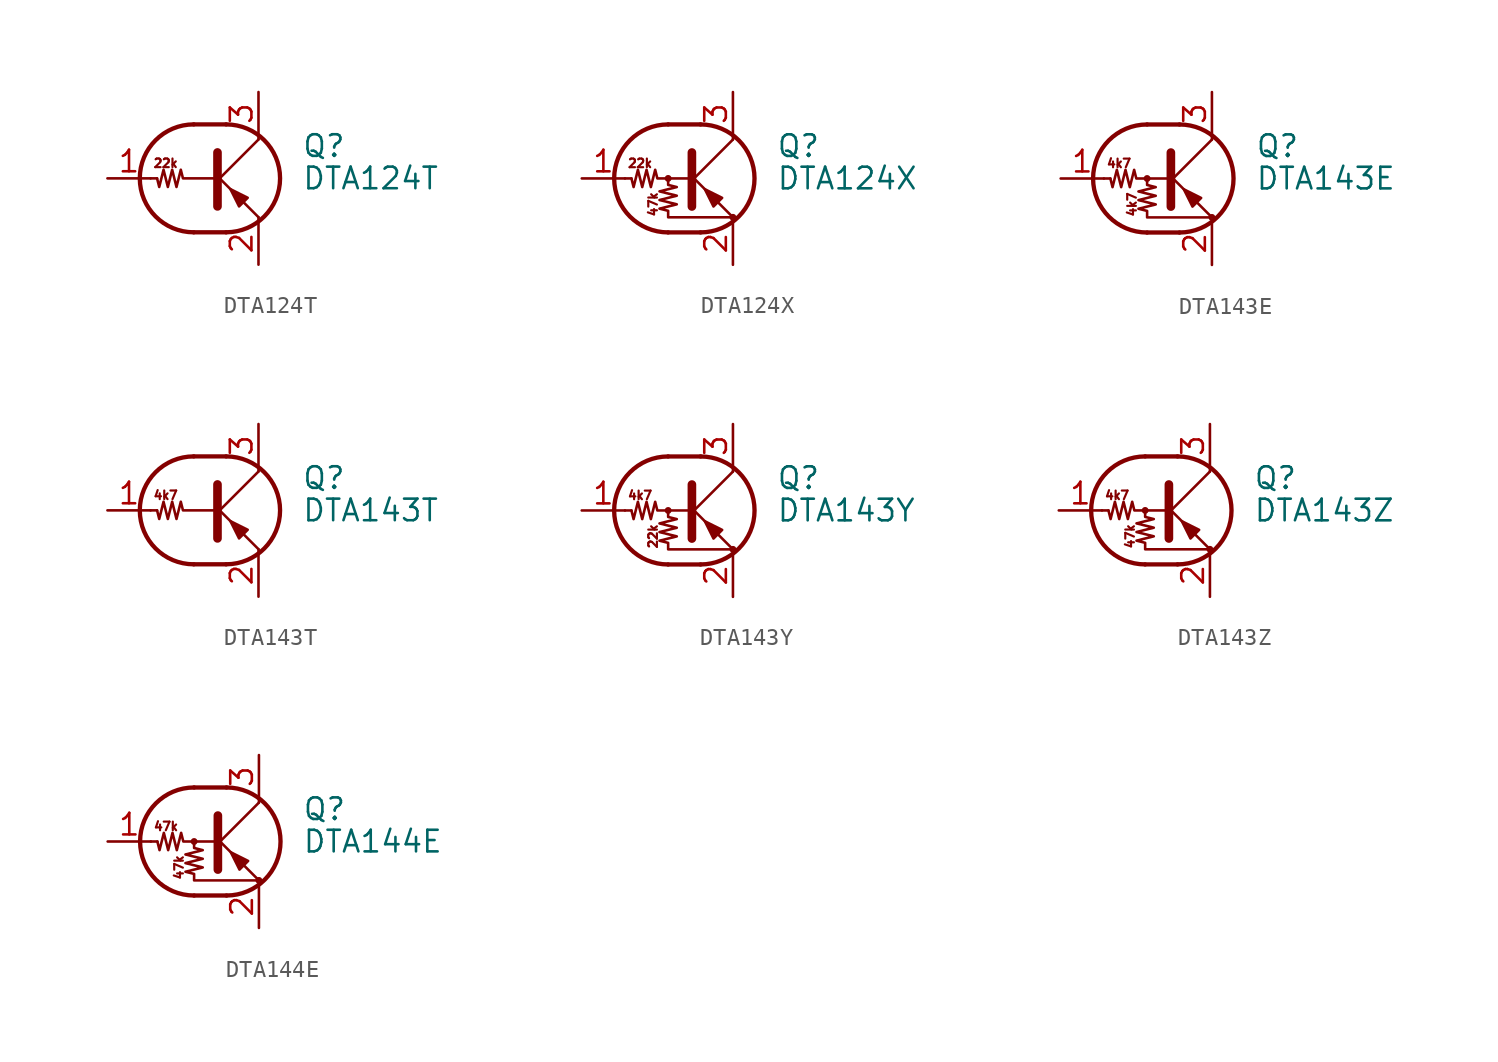
<source format=kicad_sym>
(kicad_symbol_lib
  (version 20201005)
  (generator kicad_symbol_editor)
  (symbol "DTA124T"
    (pin_names
      (offset 0) hide)
    (property "Reference" "Q"
      (at 5.08 1.905 0)
      (effects (font (size 1.27 1.27)) (justify left)))
    (property "Value" "DTA124T"
      (at 5.08 0 0)
      (effects (font (size 1.27 1.27)) (justify left)))
    (symbol "DTA124T_0_0"
      (text "22k" (at -2.921 0.889 0) (effects (font (size 0.508 0.508))))
      (polyline (pts (xy 2.54 -2.286) (xy 2.54 -2.54)) (stroke (width 0)) (fill (type none))))
    (symbol "DTA124T_0_1"
      (arc (start -1.27 3.175) (end -1.27 -3.175) (radius (at -1.27 0) (length 3.175) (angles 90.1 -90.1)) (stroke (width 0.254)) (fill (type none)))
      (arc (start 0.635 -3.175) (end 0.635 3.175) (radius (at 0.635 0) (length 3.175) (angles -89.9 89.9)) (stroke (width 0.254)) (fill (type none)))
      (polyline (pts (xy -3.429 0) (xy -3.81 0)) (stroke (width 0)) (fill (type none)))
      (polyline (pts (xy -1.27 -3.175) (xy 0.635 -3.175)) (stroke (width 0.254)) (fill (type none)))
      (polyline (pts (xy -1.27 3.175) (xy 0.635 3.175)) (stroke (width 0.254)) (fill (type none)))
      (polyline (pts (xy 0 -0.254) (xy 2.54 2.286)) (stroke (width 0)) (fill (type none)))
      (polyline (pts (xy 0.127 1.524) (xy 0.127 -1.651)) (stroke (width 0.508)) (fill (type outline)))
      (polyline (pts (xy 2.54 2.286) (xy 2.54 2.54)) (stroke (width 0)) (fill (type none)))
      (polyline (pts (xy 2.54 -2.286) (xy 0 0.254) (xy 0 0.254)) (stroke (width 0)) (fill (type none)))
      (polyline (pts (xy 1.397 -1.651) (xy 1.905 -1.143) (xy 0.889 -0.635) (xy 1.397 -1.651)) (stroke (width 0)) (fill (type outline)))
      (polyline (pts (xy 0 0) (xy -1.905 0) (xy -2.032 0.508) (xy -2.286 -0.508) (xy -2.54 0.508) (xy -2.794 -0.508) (xy -3.048 0.508) (xy -3.302 -0.508) (xy -3.429 0)) (stroke (width 0)) (fill (type none))))
    (symbol "DTA124T_1_1"
      (pin input line (at -6.35 0 0) (length 2.54) (name "B" (effects (font (size 1.27 1.27)))) (number "1" (effects (font (size 1.27 1.27)))))
      (pin passive line (at 2.54 -5.08 90) (length 2.54) (name "E" (effects (font (size 1.27 1.27)))) (number "2" (effects (font (size 1.27 1.27)))))
      (pin passive line (at 2.54 5.08 270) (length 2.54) (name "C" (effects (font (size 1.27 1.27)))) (number "3" (effects (font (size 1.27 1.27)))))))
  (symbol "DTA124X"
    (pin_names
      (offset 0) hide)
    (property "Reference" "Q"
      (at 5.08 1.905 0)
      (effects (font (size 1.27 1.27)) (justify left)))
    (property "Value" "DTA124X"
      (at 5.08 0 0)
      (effects (font (size 1.27 1.27)) (justify left)))
    (symbol "DTA124X_0_0"
      (text "22k" (at -2.921 0.889 0) (effects (font (size 0.508 0.508))))
      (text "47k" (at -2.159 -1.524 900) (effects (font (size 0.508 0.508)))))
    (symbol "DTA124X_0_1"
      (arc (start -1.27 3.175) (end -1.27 -3.175) (radius (at -1.27 0) (length 3.175) (angles 90.1 -90.1)) (stroke (width 0.254)) (fill (type none)))
      (arc (start 0.635 -3.175) (end 0.635 3.175) (radius (at 0.635 0) (length 3.175) (angles -89.9 89.9)) (stroke (width 0.254)) (fill (type none)))
      (circle (center -1.27 0) (radius 0.127) (stroke (width 0)) (fill (type none)))
      (circle (center 2.54 -2.286) (radius 0.127) (stroke (width 0)) (fill (type none)))
      (polyline (pts (xy -3.429 0) (xy -3.81 0)) (stroke (width 0)) (fill (type none)))
      (polyline (pts (xy -1.27 -3.175) (xy 0.635 -3.175)) (stroke (width 0.254)) (fill (type none)))
      (polyline (pts (xy -1.27 3.175) (xy 0.635 3.175)) (stroke (width 0.254)) (fill (type none)))
      (polyline (pts (xy 0 -0.254) (xy 2.54 2.286)) (stroke (width 0)) (fill (type none)))
      (polyline (pts (xy 0.127 1.524) (xy 0.127 -1.651)) (stroke (width 0.508)) (fill (type outline)))
      (polyline (pts (xy 2.54 2.286) (xy 2.54 2.54)) (stroke (width 0)) (fill (type none)))
      (polyline (pts (xy 2.54 -2.286) (xy 0 0.254) (xy 0 0.254)) (stroke (width 0)) (fill (type none)))
      (polyline (pts (xy 1.397 -1.651) (xy 1.905 -1.143) (xy 0.889 -0.635) (xy 1.397 -1.651)) (stroke (width 0)) (fill (type outline)))
      (polyline (pts (xy 0 0) (xy -1.905 0) (xy -2.032 0.508) (xy -2.286 -0.508) (xy -2.54 0.508) (xy -2.794 -0.508) (xy -3.048 0.508) (xy -3.302 -0.508) (xy -3.429 0)) (stroke (width 0)) (fill (type none)))
      (polyline (pts (xy -1.27 0) (xy -1.27 -0.381) (xy -0.762 -0.508) (xy -1.778 -0.762) (xy -0.762 -1.016) (xy -1.778 -1.27) (xy -0.762 -1.524) (xy -1.778 -1.778) (xy -1.27 -1.905) (xy -1.27 -2.286) (xy 2.54 -2.286)) (stroke (width 0)) (fill (type none))))
    (symbol "DTA124X_1_1"
      (pin input line (at -6.35 0 0) (length 2.54) (name "B" (effects (font (size 1.27 1.27)))) (number "1" (effects (font (size 1.27 1.27)))))
      (pin passive line (at 2.54 -5.08 90) (length 2.54) (name "E" (effects (font (size 1.27 1.27)))) (number "2" (effects (font (size 1.27 1.27)))))
      (pin passive line (at 2.54 5.08 270) (length 2.54) (name "C" (effects (font (size 1.27 1.27)))) (number "3" (effects (font (size 1.27 1.27)))))))
  (symbol "DTA143E"
    (pin_names
      (offset 0) hide)
    (property "Reference" "Q"
      (at 5.08 1.905 0)
      (effects (font (size 1.27 1.27)) (justify left)))
    (property "Value" "DTA143E"
      (at 5.08 0 0)
      (effects (font (size 1.27 1.27)) (justify left)))
    (symbol "DTA143E_0_0"
      (text "4k7" (at -2.921 0.889 0) (effects (font (size 0.508 0.508))))
      (text "4k7" (at -2.159 -1.524 900) (effects (font (size 0.508 0.508)))))
    (symbol "DTA143E_0_1"
      (arc (start -1.27 3.175) (end -1.27 -3.175) (radius (at -1.27 0) (length 3.175) (angles 90.1 -90.1)) (stroke (width 0.254)) (fill (type none)))
      (arc (start 0.635 -3.175) (end 0.635 3.175) (radius (at 0.635 0) (length 3.175) (angles -89.9 89.9)) (stroke (width 0.254)) (fill (type none)))
      (circle (center -1.27 0) (radius 0.127) (stroke (width 0)) (fill (type none)))
      (circle (center 2.54 -2.286) (radius 0.127) (stroke (width 0)) (fill (type none)))
      (polyline (pts (xy -3.429 0) (xy -3.81 0)) (stroke (width 0)) (fill (type none)))
      (polyline (pts (xy -1.27 -3.175) (xy 0.635 -3.175)) (stroke (width 0.254)) (fill (type none)))
      (polyline (pts (xy -1.27 3.175) (xy 0.635 3.175)) (stroke (width 0.254)) (fill (type none)))
      (polyline (pts (xy 0 -0.254) (xy 2.54 2.286)) (stroke (width 0)) (fill (type none)))
      (polyline (pts (xy 0.127 1.524) (xy 0.127 -1.651)) (stroke (width 0.508)) (fill (type outline)))
      (polyline (pts (xy 2.54 2.286) (xy 2.54 2.54)) (stroke (width 0)) (fill (type none)))
      (polyline (pts (xy 2.54 -2.286) (xy 0 0.254) (xy 0 0.254)) (stroke (width 0)) (fill (type none)))
      (polyline (pts (xy 1.397 -1.651) (xy 1.905 -1.143) (xy 0.889 -0.635) (xy 1.397 -1.651)) (stroke (width 0)) (fill (type outline)))
      (polyline (pts (xy 0 0) (xy -1.905 0) (xy -2.032 0.508) (xy -2.286 -0.508) (xy -2.54 0.508) (xy -2.794 -0.508) (xy -3.048 0.508) (xy -3.302 -0.508) (xy -3.429 0)) (stroke (width 0)) (fill (type none)))
      (polyline (pts (xy -1.27 0) (xy -1.27 -0.381) (xy -0.762 -0.508) (xy -1.778 -0.762) (xy -0.762 -1.016) (xy -1.778 -1.27) (xy -0.762 -1.524) (xy -1.778 -1.778) (xy -1.27 -1.905) (xy -1.27 -2.286) (xy 2.54 -2.286)) (stroke (width 0)) (fill (type none))))
    (symbol "DTA143E_1_1"
      (pin input line (at -6.35 0 0) (length 2.54) (name "B" (effects (font (size 1.27 1.27)))) (number "1" (effects (font (size 1.27 1.27)))))
      (pin passive line (at 2.54 -5.08 90) (length 2.54) (name "E" (effects (font (size 1.27 1.27)))) (number "2" (effects (font (size 1.27 1.27)))))
      (pin passive line (at 2.54 5.08 270) (length 2.54) (name "C" (effects (font (size 1.27 1.27)))) (number "3" (effects (font (size 1.27 1.27)))))))
  (symbol "DTA143T"
    (pin_names
      (offset 0) hide)
    (property "Reference" "Q"
      (at 5.08 1.905 0)
      (effects (font (size 1.27 1.27)) (justify left)))
    (property "Value" "DTA143T"
      (at 5.08 0 0)
      (effects (font (size 1.27 1.27)) (justify left)))
    (symbol "DTA143T_0_0"
      (text "4k7" (at -2.921 0.889 0) (effects (font (size 0.508 0.508))))
      (polyline (pts (xy 2.54 -2.286) (xy 2.54 -2.54)) (stroke (width 0)) (fill (type none))))
    (symbol "DTA143T_0_1"
      (arc (start -1.27 3.175) (end -1.27 -3.175) (radius (at -1.27 0) (length 3.175) (angles 90.1 -90.1)) (stroke (width 0.254)) (fill (type none)))
      (arc (start 0.635 -3.175) (end 0.635 3.175) (radius (at 0.635 0) (length 3.175) (angles -89.9 89.9)) (stroke (width 0.254)) (fill (type none)))
      (polyline (pts (xy -3.429 0) (xy -3.81 0)) (stroke (width 0)) (fill (type none)))
      (polyline (pts (xy -1.27 -3.175) (xy 0.635 -3.175)) (stroke (width 0.254)) (fill (type none)))
      (polyline (pts (xy -1.27 3.175) (xy 0.635 3.175)) (stroke (width 0.254)) (fill (type none)))
      (polyline (pts (xy 0 -0.254) (xy 2.54 2.286)) (stroke (width 0)) (fill (type none)))
      (polyline (pts (xy 0.127 1.524) (xy 0.127 -1.651)) (stroke (width 0.508)) (fill (type outline)))
      (polyline (pts (xy 2.54 2.286) (xy 2.54 2.54)) (stroke (width 0)) (fill (type none)))
      (polyline (pts (xy 2.54 -2.286) (xy 0 0.254) (xy 0 0.254)) (stroke (width 0)) (fill (type none)))
      (polyline (pts (xy 1.397 -1.651) (xy 1.905 -1.143) (xy 0.889 -0.635) (xy 1.397 -1.651)) (stroke (width 0)) (fill (type outline)))
      (polyline (pts (xy 0 0) (xy -1.905 0) (xy -2.032 0.508) (xy -2.286 -0.508) (xy -2.54 0.508) (xy -2.794 -0.508) (xy -3.048 0.508) (xy -3.302 -0.508) (xy -3.429 0)) (stroke (width 0)) (fill (type none))))
    (symbol "DTA143T_1_1"
      (pin input line (at -6.35 0 0) (length 2.54) (name "B" (effects (font (size 1.27 1.27)))) (number "1" (effects (font (size 1.27 1.27)))))
      (pin passive line (at 2.54 -5.08 90) (length 2.54) (name "E" (effects (font (size 1.27 1.27)))) (number "2" (effects (font (size 1.27 1.27)))))
      (pin passive line (at 2.54 5.08 270) (length 2.54) (name "C" (effects (font (size 1.27 1.27)))) (number "3" (effects (font (size 1.27 1.27)))))))
  (symbol "DTA143Y"
    (pin_names
      (offset 0) hide)
    (property "Reference" "Q"
      (at 5.08 1.905 0)
      (effects (font (size 1.27 1.27)) (justify left)))
    (property "Value" "DTA143Y"
      (at 5.08 0 0)
      (effects (font (size 1.27 1.27)) (justify left)))
    (symbol "DTA143Y_0_0"
      (text "22k" (at -2.159 -1.524 900) (effects (font (size 0.508 0.508))))
      (text "4k7" (at -2.921 0.889 0) (effects (font (size 0.508 0.508)))))
    (symbol "DTA143Y_0_1"
      (arc (start -1.27 3.175) (end -1.27 -3.175) (radius (at -1.27 0) (length 3.175) (angles 90.1 -90.1)) (stroke (width 0.254)) (fill (type none)))
      (arc (start 0.635 -3.175) (end 0.635 3.175) (radius (at 0.635 0) (length 3.175) (angles -89.9 89.9)) (stroke (width 0.254)) (fill (type none)))
      (circle (center -1.27 0) (radius 0.127) (stroke (width 0)) (fill (type none)))
      (circle (center 2.54 -2.286) (radius 0.127) (stroke (width 0)) (fill (type none)))
      (polyline (pts (xy -3.429 0) (xy -3.81 0)) (stroke (width 0)) (fill (type none)))
      (polyline (pts (xy -1.27 -3.175) (xy 0.635 -3.175)) (stroke (width 0.254)) (fill (type none)))
      (polyline (pts (xy -1.27 3.175) (xy 0.635 3.175)) (stroke (width 0.254)) (fill (type none)))
      (polyline (pts (xy 0 -0.254) (xy 2.54 2.286)) (stroke (width 0)) (fill (type none)))
      (polyline (pts (xy 0.127 1.524) (xy 0.127 -1.651)) (stroke (width 0.508)) (fill (type outline)))
      (polyline (pts (xy 2.54 2.286) (xy 2.54 2.54)) (stroke (width 0)) (fill (type none)))
      (polyline (pts (xy 2.54 -2.286) (xy 0 0.254) (xy 0 0.254)) (stroke (width 0)) (fill (type none)))
      (polyline (pts (xy 1.397 -1.651) (xy 1.905 -1.143) (xy 0.889 -0.635) (xy 1.397 -1.651)) (stroke (width 0)) (fill (type outline)))
      (polyline (pts (xy 0 0) (xy -1.905 0) (xy -2.032 0.508) (xy -2.286 -0.508) (xy -2.54 0.508) (xy -2.794 -0.508) (xy -3.048 0.508) (xy -3.302 -0.508) (xy -3.429 0)) (stroke (width 0)) (fill (type none)))
      (polyline (pts (xy -1.27 0) (xy -1.27 -0.381) (xy -0.762 -0.508) (xy -1.778 -0.762) (xy -0.762 -1.016) (xy -1.778 -1.27) (xy -0.762 -1.524) (xy -1.778 -1.778) (xy -1.27 -1.905) (xy -1.27 -2.286) (xy 2.54 -2.286)) (stroke (width 0)) (fill (type none))))
    (symbol "DTA143Y_1_1"
      (pin input line (at -6.35 0 0) (length 2.54) (name "B" (effects (font (size 1.27 1.27)))) (number "1" (effects (font (size 1.27 1.27)))))
      (pin passive line (at 2.54 -5.08 90) (length 2.54) (name "E" (effects (font (size 1.27 1.27)))) (number "2" (effects (font (size 1.27 1.27)))))
      (pin passive line (at 2.54 5.08 270) (length 2.54) (name "C" (effects (font (size 1.27 1.27)))) (number "3" (effects (font (size 1.27 1.27)))))))
  (symbol "DTA143Z"
    (pin_names
      (offset 0) hide)
    (property "Reference" "Q"
      (at 5.08 1.905 0)
      (effects (font (size 1.27 1.27)) (justify left)))
    (property "Value" "DTA143Z"
      (at 5.08 0 0)
      (effects (font (size 1.27 1.27)) (justify left)))
    (symbol "DTA143Z_0_0"
      (text "47k" (at -2.159 -1.524 900) (effects (font (size 0.508 0.508))))
      (text "4k7" (at -2.921 0.889 0) (effects (font (size 0.508 0.508)))))
    (symbol "DTA143Z_0_1"
      (arc (start -1.27 3.175) (end -1.27 -3.175) (radius (at -1.27 0) (length 3.175) (angles 90.1 -90.1)) (stroke (width 0.254)) (fill (type none)))
      (arc (start 0.635 -3.175) (end 0.635 3.175) (radius (at 0.635 0) (length 3.175) (angles -89.9 89.9)) (stroke (width 0.254)) (fill (type none)))
      (circle (center -1.27 0) (radius 0.127) (stroke (width 0)) (fill (type none)))
      (circle (center 2.54 -2.286) (radius 0.127) (stroke (width 0)) (fill (type none)))
      (polyline (pts (xy -3.429 0) (xy -3.81 0)) (stroke (width 0)) (fill (type none)))
      (polyline (pts (xy -1.27 -3.175) (xy 0.635 -3.175)) (stroke (width 0.254)) (fill (type none)))
      (polyline (pts (xy -1.27 3.175) (xy 0.635 3.175)) (stroke (width 0.254)) (fill (type none)))
      (polyline (pts (xy 0 -0.254) (xy 2.54 2.286)) (stroke (width 0)) (fill (type none)))
      (polyline (pts (xy 0.127 1.524) (xy 0.127 -1.651)) (stroke (width 0.508)) (fill (type outline)))
      (polyline (pts (xy 2.54 2.286) (xy 2.54 2.54)) (stroke (width 0)) (fill (type none)))
      (polyline (pts (xy 2.54 -2.286) (xy 0 0.254) (xy 0 0.254)) (stroke (width 0)) (fill (type none)))
      (polyline (pts (xy 1.397 -1.651) (xy 1.905 -1.143) (xy 0.889 -0.635) (xy 1.397 -1.651)) (stroke (width 0)) (fill (type outline)))
      (polyline (pts (xy 0 0) (xy -1.905 0) (xy -2.032 0.508) (xy -2.286 -0.508) (xy -2.54 0.508) (xy -2.794 -0.508) (xy -3.048 0.508) (xy -3.302 -0.508) (xy -3.429 0)) (stroke (width 0)) (fill (type none)))
      (polyline (pts (xy -1.27 0) (xy -1.27 -0.381) (xy -0.762 -0.508) (xy -1.778 -0.762) (xy -0.762 -1.016) (xy -1.778 -1.27) (xy -0.762 -1.524) (xy -1.778 -1.778) (xy -1.27 -1.905) (xy -1.27 -2.286) (xy 2.54 -2.286)) (stroke (width 0)) (fill (type none))))
    (symbol "DTA143Z_1_1"
      (pin input line (at -6.35 0 0) (length 2.54) (name "B" (effects (font (size 1.27 1.27)))) (number "1" (effects (font (size 1.27 1.27)))))
      (pin passive line (at 2.54 -5.08 90) (length 2.54) (name "E" (effects (font (size 1.27 1.27)))) (number "2" (effects (font (size 1.27 1.27)))))
      (pin passive line (at 2.54 5.08 270) (length 2.54) (name "C" (effects (font (size 1.27 1.27)))) (number "3" (effects (font (size 1.27 1.27)))))))
  (symbol "DTA144E"
    (pin_names
      (offset 0) hide)
    (property "Reference" "Q"
      (at 5.08 1.905 0)
      (effects (font (size 1.27 1.27)) (justify left)))
    (property "Value" "DTA144E"
      (at 5.08 0 0)
      (effects (font (size 1.27 1.27)) (justify left)))
    (symbol "DTA144E_0_0"
      (text "47k" (at -2.921 0.889 0) (effects (font (size 0.508 0.508))))
      (text "47k" (at -2.159 -1.524 900) (effects (font (size 0.508 0.508)))))
    (symbol "DTA144E_0_1"
      (arc (start -1.27 3.175) (end -1.27 -3.175) (radius (at -1.27 0) (length 3.175) (angles 90.1 -90.1)) (stroke (width 0.254)) (fill (type none)))
      (arc (start 0.635 -3.175) (end 0.635 3.175) (radius (at 0.635 0) (length 3.175) (angles -89.9 89.9)) (stroke (width 0.254)) (fill (type none)))
      (circle (center -1.27 0) (radius 0.127) (stroke (width 0)) (fill (type none)))
      (circle (center 2.54 -2.286) (radius 0.127) (stroke (width 0)) (fill (type none)))
      (polyline (pts (xy -3.429 0) (xy -3.81 0)) (stroke (width 0)) (fill (type none)))
      (polyline (pts (xy -1.27 -3.175) (xy 0.635 -3.175)) (stroke (width 0.254)) (fill (type none)))
      (polyline (pts (xy -1.27 3.175) (xy 0.635 3.175)) (stroke (width 0.254)) (fill (type none)))
      (polyline (pts (xy 0 -0.254) (xy 2.54 2.286)) (stroke (width 0)) (fill (type none)))
      (polyline (pts (xy 0.127 1.524) (xy 0.127 -1.651)) (stroke (width 0.508)) (fill (type outline)))
      (polyline (pts (xy 2.54 2.286) (xy 2.54 2.54)) (stroke (width 0)) (fill (type none)))
      (polyline (pts (xy 2.54 -2.286) (xy 0 0.254) (xy 0 0.254)) (stroke (width 0)) (fill (type none)))
      (polyline (pts (xy 1.397 -1.651) (xy 1.905 -1.143) (xy 0.889 -0.635) (xy 1.397 -1.651)) (stroke (width 0)) (fill (type outline)))
      (polyline (pts (xy 0 0) (xy -1.905 0) (xy -2.032 0.508) (xy -2.286 -0.508) (xy -2.54 0.508) (xy -2.794 -0.508) (xy -3.048 0.508) (xy -3.302 -0.508) (xy -3.429 0)) (stroke (width 0)) (fill (type none)))
      (polyline (pts (xy -1.27 0) (xy -1.27 -0.381) (xy -0.762 -0.508) (xy -1.778 -0.762) (xy -0.762 -1.016) (xy -1.778 -1.27) (xy -0.762 -1.524) (xy -1.778 -1.778) (xy -1.27 -1.905) (xy -1.27 -2.286) (xy 2.54 -2.286)) (stroke (width 0)) (fill (type none))))
    (symbol "DTA144E_1_1"
      (pin input line (at -6.35 0 0) (length 2.54) (name "B" (effects (font (size 1.27 1.27)))) (number "1" (effects (font (size 1.27 1.27)))))
      (pin passive line (at 2.54 -5.08 90) (length 2.54) (name "E" (effects (font (size 1.27 1.27)))) (number "2" (effects (font (size 1.27 1.27)))))
      (pin passive line (at 2.54 5.08 270) (length 2.54) (name "C" (effects (font (size 1.27 1.27)))) (number "3" (effects (font (size 1.27 1.27))))))))
</source>
